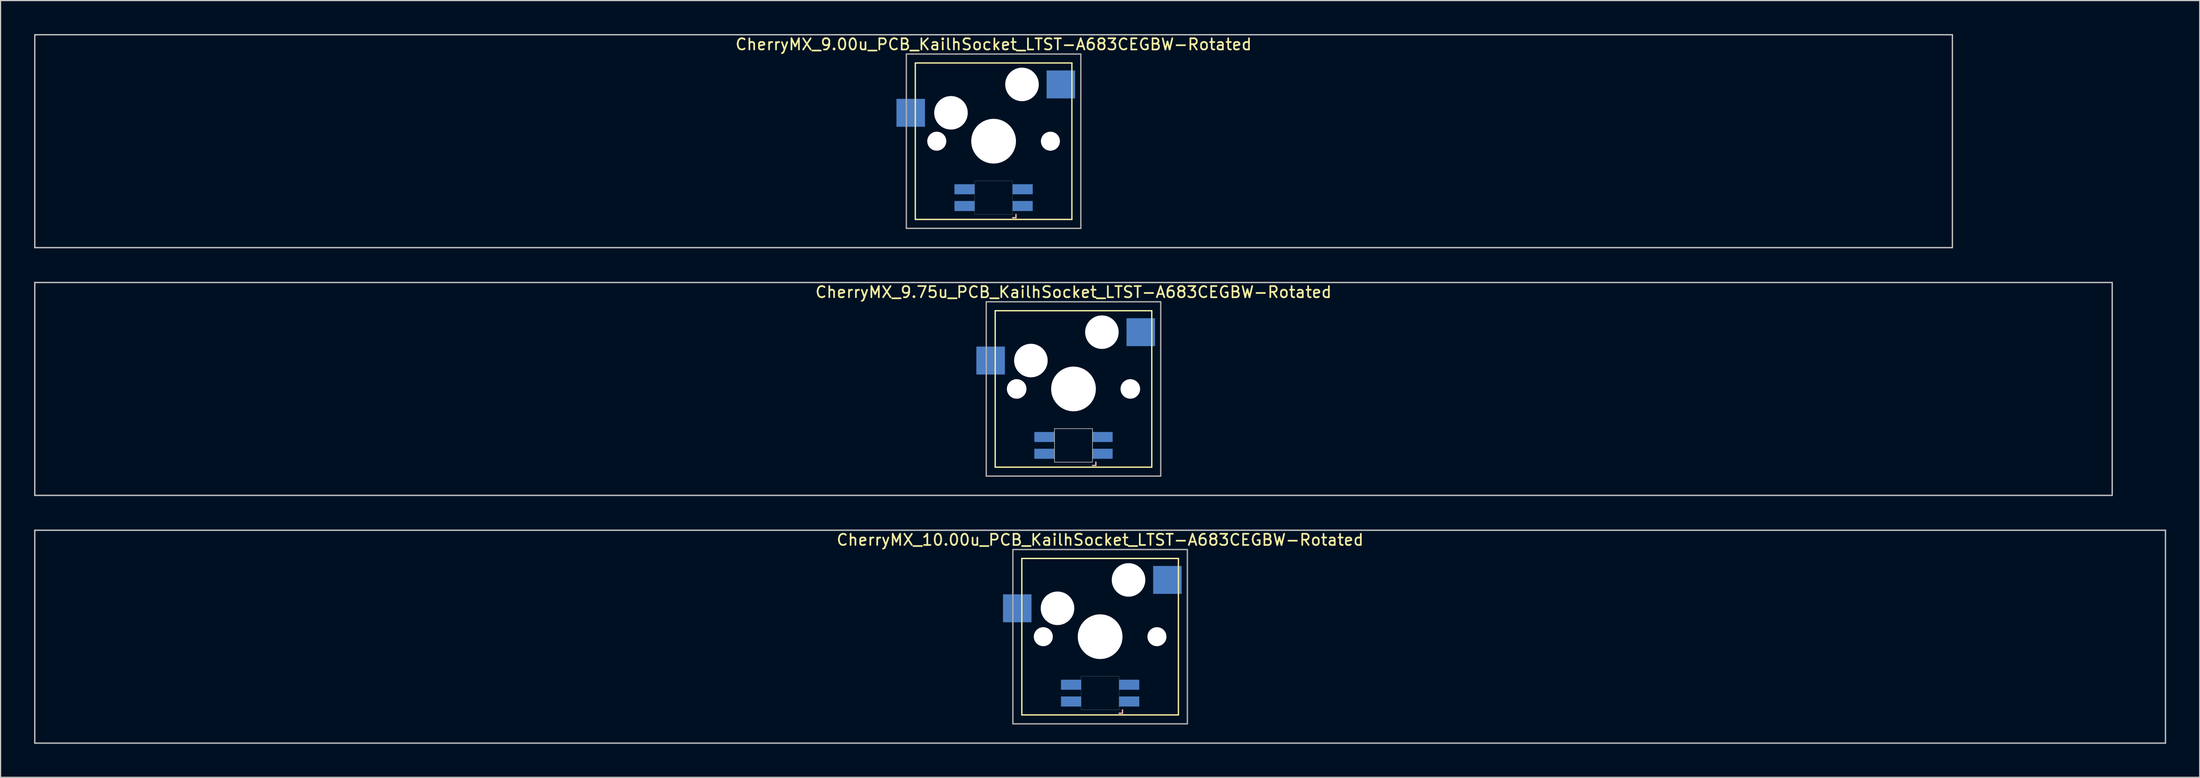
<source format=kicad_pcb>
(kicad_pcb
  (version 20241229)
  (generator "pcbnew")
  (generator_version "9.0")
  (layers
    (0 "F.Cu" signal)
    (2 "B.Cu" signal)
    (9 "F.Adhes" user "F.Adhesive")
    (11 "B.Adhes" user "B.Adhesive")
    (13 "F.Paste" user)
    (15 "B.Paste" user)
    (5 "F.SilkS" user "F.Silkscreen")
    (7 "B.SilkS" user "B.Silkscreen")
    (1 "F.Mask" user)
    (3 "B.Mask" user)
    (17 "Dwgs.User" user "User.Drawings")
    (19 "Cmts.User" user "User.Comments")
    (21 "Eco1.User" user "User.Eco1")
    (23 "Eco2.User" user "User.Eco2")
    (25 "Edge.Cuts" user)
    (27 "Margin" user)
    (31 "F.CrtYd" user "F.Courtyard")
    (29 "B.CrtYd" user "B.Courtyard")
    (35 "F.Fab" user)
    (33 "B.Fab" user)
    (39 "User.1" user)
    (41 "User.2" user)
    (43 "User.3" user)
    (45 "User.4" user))
  (footprint "CherryMX_10.00u_PCB_KailhSocket_LTST-A683CEGBW-Rotated"
    (layer "F.Cu")
    (at 95.31 53.925)
    (property "Reference" "CherryMX_10.00u_PCB_KailhSocket_LTST-A683CEGBW-Rotated" (at 0 -8.662 0) (layer "F.SilkS") (effects (font (size 1 1) (thickness 0.15))))
    (attr through_hole)
    (fp_line (start -7 -7) (end -7 7) (stroke (width 0.12) (type solid)) (layer "F.SilkS"))
    (fp_line (start -7 -7) (end 7 -7) (stroke (width 0.12) (type solid)) (layer "F.SilkS"))
    (fp_line (start 7 -7) (end 7 7) (stroke (width 0.12) (type solid)) (layer "F.SilkS"))
    (fp_line (start 7 7) (end -7 7) (stroke (width 0.12) (type solid)) (layer "F.SilkS"))
    (fp_line (start 1.7 6.85) (end 2 6.85) (stroke (width 0.12) (type solid)) (layer "B.SilkS"))
    (fp_line (start 2 6.85) (end 2 6.55) (stroke (width 0.12) (type solid)) (layer "B.SilkS"))
    (fp_line (start -95.25 -9.525) (end 95.25 -9.525) (stroke (width 0.12) (type solid)) (layer "Dwgs.User"))
    (fp_line (start -95.25 9.525) (end -95.25 -9.525) (stroke (width 0.12) (type solid)) (layer "Dwgs.User"))
    (fp_line (start 95.25 -9.525) (end 95.25 9.525) (stroke (width 0.12) (type solid)) (layer "Dwgs.User"))
    (fp_line (start 95.25 9.525) (end -95.25 9.525) (stroke (width 0.12) (type solid)) (layer "Dwgs.User"))
    (fp_poly (pts (xy -1.7 3.55) (xy 1.7 3.55) (xy 1.7 6.55) (xy -1.7 6.55)) (stroke (width 0.01) (type solid)) (fill no) (layer "Edge.Cuts"))
    (fp_line (start -7.8 -7.8) (end -7.8 7.8) (stroke (width 0.12) (type solid)) (layer "F.Fab"))
    (fp_line (start -7.8 -7.8) (end 7.8 -7.8) (stroke (width 0.12) (type solid)) (layer "F.Fab"))
    (fp_line (start -7.8 7.8) (end 7.8 7.8) (stroke (width 0.12) (type solid)) (layer "F.Fab"))
    (fp_line (start 7.8 -7.8) (end 7.8 7.8) (stroke (width 0.12) (type solid)) (layer "F.Fab"))
    (pad "" np_thru_hole circle (at -5.08 0) (size 1.7 1.7) (drill 1.7) (layers "*.Cu" "*.Mask"))
    (pad "" np_thru_hole circle (at -3.81 -2.54) (size 3 3) (drill 3) (layers "*.Cu" "*.Mask"))
    (pad "" np_thru_hole circle (at 0 0) (size 4 4) (drill 4) (layers "*.Cu" "*.Mask"))
    (pad "" np_thru_hole circle (at 2.54 -5.08) (size 3 3) (drill 3) (layers "*.Cu" "*.Mask"))
    (pad "" np_thru_hole circle (at 5.08 0) (size 1.7 1.7) (drill 1.7) (layers "*.Cu" "*.Mask"))
    (pad "1" smd rect (at -7.41 -2.54) (size 2.55 2.5) (layers "B.Cu" "B.Mask" "B.Paste"))
    (pad "2" smd rect (at 6.015 -5.08) (size 2.55 2.5) (layers "B.Cu" "B.Mask" "B.Paste"))
    (pad "3" smd rect (at 2.6 5.8 180) (size 1.8 0.9) (layers "B.Cu" "B.Mask" "B.Paste"))
    (pad "4" smd rect (at 2.6 4.3 180) (size 1.8 0.9) (layers "B.Cu" "B.Mask" "B.Paste"))
    (pad "5" smd rect (at -2.6 5.8 180) (size 1.8 0.9) (layers "B.Cu" "B.Mask" "B.Paste"))
    (pad "6" smd rect (at -2.6 4.3 180) (size 1.8 0.9) (layers "B.Cu" "B.Mask" "B.Paste")))
  (footprint "CherryMX_9.75u_PCB_KailhSocket_LTST-A683CEGBW-Rotated"
    (layer "F.Cu")
    (at 92.929 31.755)
    (property "Reference" "CherryMX_9.75u_PCB_KailhSocket_LTST-A683CEGBW-Rotated" (at 0 -8.662 0) (layer "F.SilkS") (effects (font (size 1 1) (thickness 0.15))))
    (attr through_hole)
    (fp_line (start -7 -7) (end -7 7) (stroke (width 0.12) (type solid)) (layer "F.SilkS"))
    (fp_line (start -7 -7) (end 7 -7) (stroke (width 0.12) (type solid)) (layer "F.SilkS"))
    (fp_line (start 7 -7) (end 7 7) (stroke (width 0.12) (type solid)) (layer "F.SilkS"))
    (fp_line (start 7 7) (end -7 7) (stroke (width 0.12) (type solid)) (layer "F.SilkS"))
    (fp_line (start 1.7 6.85) (end 2 6.85) (stroke (width 0.12) (type solid)) (layer "B.SilkS"))
    (fp_line (start 2 6.85) (end 2 6.55) (stroke (width 0.12) (type solid)) (layer "B.SilkS"))
    (fp_line (start -92.869 -9.525) (end 92.869 -9.525) (stroke (width 0.12) (type solid)) (layer "Dwgs.User"))
    (fp_line (start -92.869 9.525) (end -92.869 -9.525) (stroke (width 0.12) (type solid)) (layer "Dwgs.User"))
    (fp_line (start 92.869 -9.525) (end 92.869 9.525) (stroke (width 0.12) (type solid)) (layer "Dwgs.User"))
    (fp_line (start 92.869 9.525) (end -92.869 9.525) (stroke (width 0.12) (type solid)) (layer "Dwgs.User"))
    (fp_line (start -1.7 3.55) (end 1.7 3.55) (stroke (width 0.05) (type solid)) (layer "Edge.Cuts"))
    (fp_line (start -1.7 6.55) (end -1.7 3.55) (stroke (width 0.05) (type solid)) (layer "Edge.Cuts"))
    (fp_line (start 1.7 3.55) (end 1.7 6.55) (stroke (width 0.05) (type solid)) (layer "Edge.Cuts"))
    (fp_line (start 1.7 6.55) (end -1.7 6.55) (stroke (width 0.05) (type solid)) (layer "Edge.Cuts"))
    (fp_line (start -7.8 -7.8) (end -7.8 7.8) (stroke (width 0.12) (type solid)) (layer "F.Fab"))
    (fp_line (start -7.8 -7.8) (end 7.8 -7.8) (stroke (width 0.12) (type solid)) (layer "F.Fab"))
    (fp_line (start -7.8 7.8) (end 7.8 7.8) (stroke (width 0.12) (type solid)) (layer "F.Fab"))
    (fp_line (start 7.8 -7.8) (end 7.8 7.8) (stroke (width 0.12) (type solid)) (layer "F.Fab"))
    (pad "" np_thru_hole circle (at -5.08 0) (size 1.75 1.75) (drill 1.75) (layers "*.Cu" "*.Mask"))
    (pad "" np_thru_hole circle (at -3.81 -2.54) (size 3 3) (drill 3) (layers "*.Cu" "*.Mask"))
    (pad "" np_thru_hole circle (at 0 0) (size 4 4) (drill 4) (layers "*.Cu" "*.Mask"))
    (pad "" np_thru_hole circle (at 2.54 -5.08) (size 3 3) (drill 3) (layers "*.Cu" "*.Mask"))
    (pad "" np_thru_hole circle (at 5.08 0) (size 1.75 1.75) (drill 1.75) (layers "*.Cu" "*.Mask"))
    (pad "1" smd rect (at -7.41 -2.54) (size 2.55 2.5) (layers "B.Cu" "B.Mask" "B.Paste"))
    (pad "2" smd rect (at 6.015 -5.08) (size 2.55 2.5) (layers "B.Cu" "B.Mask" "B.Paste"))
    (pad "3" smd rect (at 2.6 5.8) (size 1.8 0.9) (layers "B.Cu" "B.Mask" "B.Paste"))
    (pad "4" smd rect (at 2.6 4.3) (size 1.8 0.9) (layers "B.Cu" "B.Mask" "B.Paste"))
    (pad "5" smd rect (at -2.6 5.8) (size 1.8 0.9) (layers "B.Cu" "B.Mask" "B.Paste"))
    (pad "6" smd rect (at -2.6 4.3) (size 1.8 0.9) (layers "B.Cu" "B.Mask" "B.Paste")))
  (footprint "CherryMX_9.00u_PCB_KailhSocket_LTST-A683CEGBW-Rotated"
    (layer "F.Cu")
    (at 85.785 9.585)
    (property "Reference" "CherryMX_9.00u_PCB_KailhSocket_LTST-A683CEGBW-Rotated" (at 0 -8.662 0) (layer "F.SilkS") (effects (font (size 1 1) (thickness 0.15))))
    (attr through_hole)
    (fp_line (start -7 -7) (end -7 7) (stroke (width 0.12) (type solid)) (layer "F.SilkS"))
    (fp_line (start -7 -7) (end 7 -7) (stroke (width 0.12) (type solid)) (layer "F.SilkS"))
    (fp_line (start 7 -7) (end 7 7) (stroke (width 0.12) (type solid)) (layer "F.SilkS"))
    (fp_line (start 7 7) (end -7 7) (stroke (width 0.12) (type solid)) (layer "F.SilkS"))
    (fp_line (start 1.7 6.85) (end 2 6.85) (stroke (width 0.12) (type solid)) (layer "B.SilkS"))
    (fp_line (start 2 6.85) (end 2 6.55) (stroke (width 0.12) (type solid)) (layer "B.SilkS"))
    (fp_line (start -85.725 -9.525) (end 85.725 -9.525) (stroke (width 0.12) (type solid)) (layer "Dwgs.User"))
    (fp_line (start -85.725 9.525) (end -85.725 -9.525) (stroke (width 0.12) (type solid)) (layer "Dwgs.User"))
    (fp_line (start 85.725 -9.525) (end 85.725 9.525) (stroke (width 0.12) (type solid)) (layer "Dwgs.User"))
    (fp_line (start 85.725 9.525) (end -85.725 9.525) (stroke (width 0.12) (type solid)) (layer "Dwgs.User"))
    (fp_poly (pts (xy -1.7 3.55) (xy 1.7 3.55) (xy 1.7 6.55) (xy -1.7 6.55)) (stroke (width 0.01) (type solid)) (fill no) (layer "Edge.Cuts"))
    (fp_line (start -7.8 -7.8) (end -7.8 7.8) (stroke (width 0.12) (type solid)) (layer "F.Fab"))
    (fp_line (start -7.8 -7.8) (end 7.8 -7.8) (stroke (width 0.12) (type solid)) (layer "F.Fab"))
    (fp_line (start -7.8 7.8) (end 7.8 7.8) (stroke (width 0.12) (type solid)) (layer "F.Fab"))
    (fp_line (start 7.8 -7.8) (end 7.8 7.8) (stroke (width 0.12) (type solid)) (layer "F.Fab"))
    (pad "" np_thru_hole circle (at -5.08 0) (size 1.7 1.7) (drill 1.7) (layers "*.Cu" "*.Mask"))
    (pad "" np_thru_hole circle (at -3.81 -2.54) (size 3 3) (drill 3) (layers "*.Cu" "*.Mask"))
    (pad "" np_thru_hole circle (at 0 0) (size 4 4) (drill 4) (layers "*.Cu" "*.Mask"))
    (pad "" np_thru_hole circle (at 2.54 -5.08) (size 3 3) (drill 3) (layers "*.Cu" "*.Mask"))
    (pad "" np_thru_hole circle (at 5.08 0) (size 1.7 1.7) (drill 1.7) (layers "*.Cu" "*.Mask"))
    (pad "1" smd rect (at -7.41 -2.54) (size 2.55 2.5) (layers "B.Cu" "B.Mask" "B.Paste"))
    (pad "2" smd rect (at 6.015 -5.08) (size 2.55 2.5) (layers "B.Cu" "B.Mask" "B.Paste"))
    (pad "3" smd rect (at 2.6 5.8 180) (size 1.8 0.9) (layers "B.Cu" "B.Mask" "B.Paste"))
    (pad "4" smd rect (at 2.6 4.3 180) (size 1.8 0.9) (layers "B.Cu" "B.Mask" "B.Paste"))
    (pad "5" smd rect (at -2.6 5.8 180) (size 1.8 0.9) (layers "B.Cu" "B.Mask" "B.Paste"))
    (pad "6" smd rect (at -2.6 4.3 180) (size 1.8 0.9) (layers "B.Cu" "B.Mask" "B.Paste")))
  (gr_rect
    (start -3 -3)
    (end 193.62 66.51)
    (stroke (width 0.1) (type default))
    (fill no)
    (layer "Edge.Cuts")))
</source>
